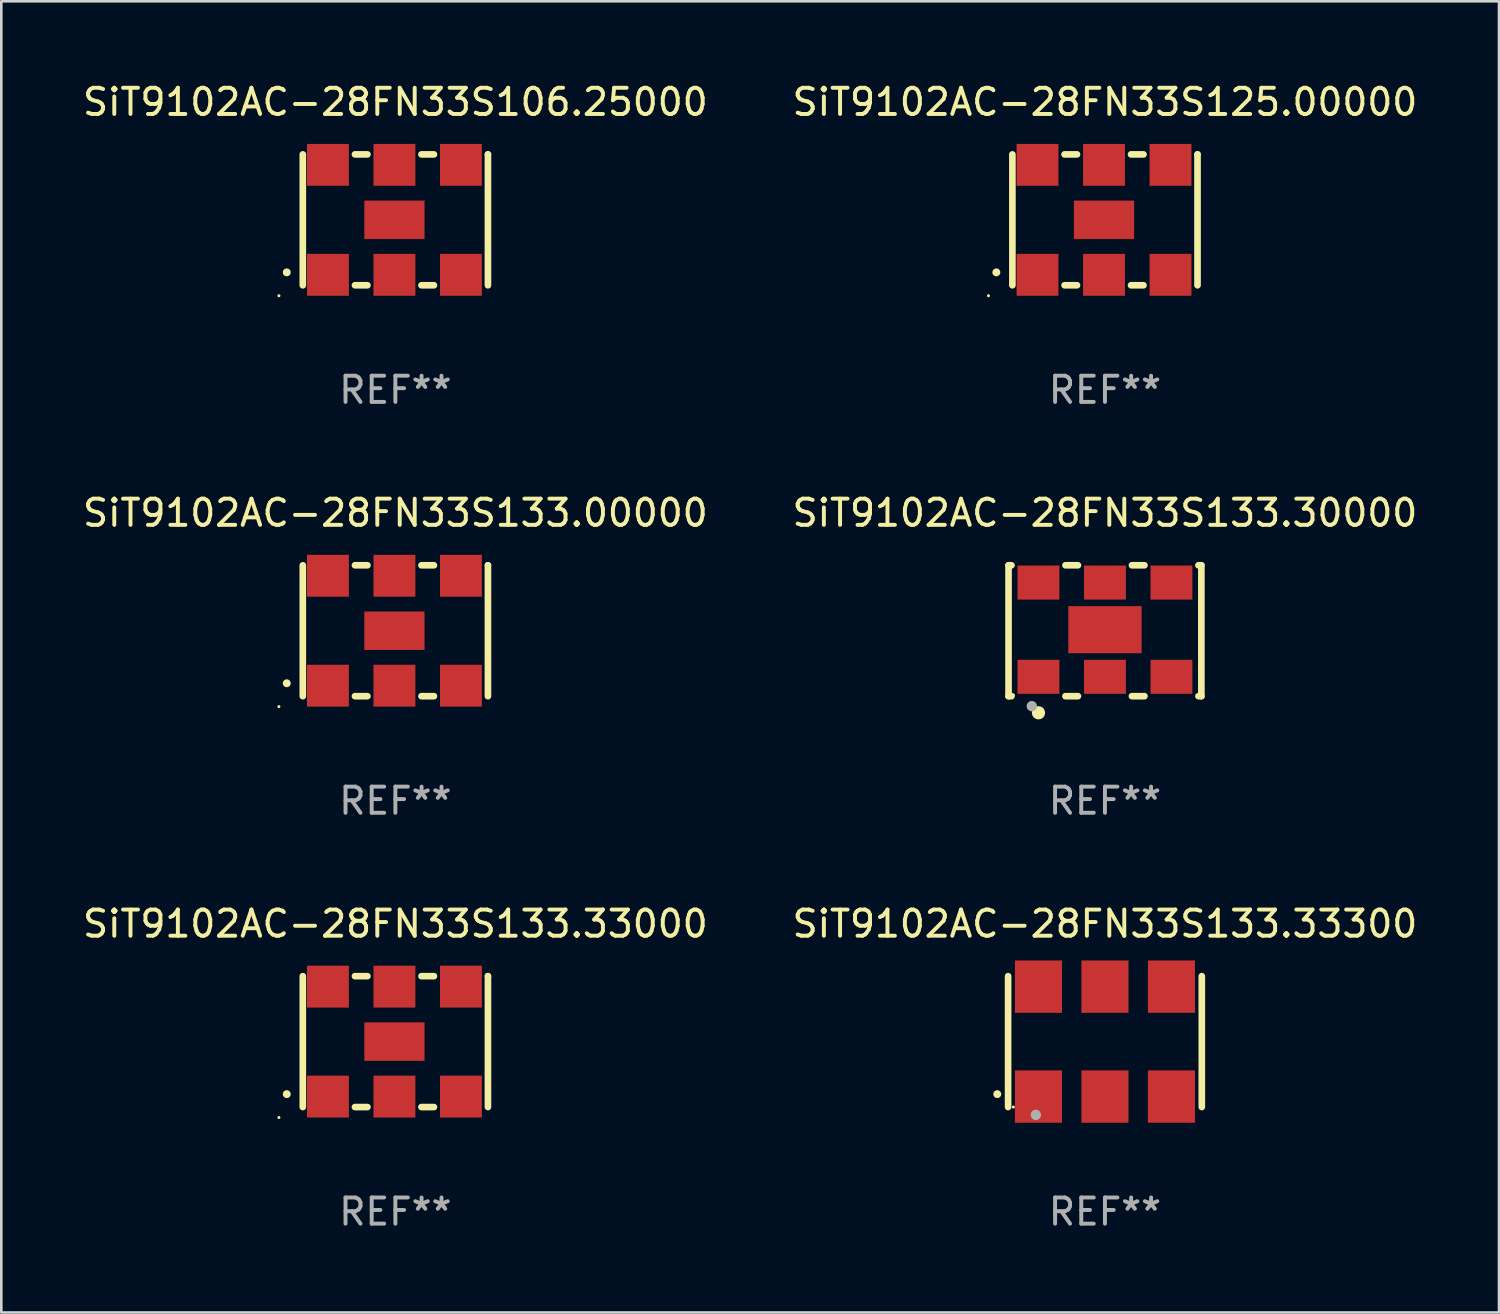
<source format=kicad_pcb>
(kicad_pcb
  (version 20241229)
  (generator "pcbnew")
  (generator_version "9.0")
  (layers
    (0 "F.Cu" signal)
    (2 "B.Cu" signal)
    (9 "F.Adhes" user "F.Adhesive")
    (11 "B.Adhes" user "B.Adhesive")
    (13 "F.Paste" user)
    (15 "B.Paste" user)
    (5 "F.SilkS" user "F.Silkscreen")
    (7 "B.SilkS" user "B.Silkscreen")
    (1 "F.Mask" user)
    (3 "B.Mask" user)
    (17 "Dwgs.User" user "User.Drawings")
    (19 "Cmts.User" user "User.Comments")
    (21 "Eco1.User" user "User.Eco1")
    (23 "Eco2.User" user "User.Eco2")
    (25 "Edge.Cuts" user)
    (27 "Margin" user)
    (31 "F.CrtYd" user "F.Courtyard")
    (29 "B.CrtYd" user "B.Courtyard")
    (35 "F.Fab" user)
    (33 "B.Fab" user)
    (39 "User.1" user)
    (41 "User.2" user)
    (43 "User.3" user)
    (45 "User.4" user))
  (footprint "SiT9102AC-28FN33S133.33300"
    (layer "F.Cu")
    (at 39.161 36.741)
    (property "Reference" "SiT9102AC-28FN33S133.33300" (at 0 -4.5 0) (layer "F.SilkS") (effects (font (size 1 1) (thickness 0.15))))
    (attr through_hole)
    (fp_line (start -3.7 -2.5) (end -3.7 2.5) (stroke (width 0.254) (type solid)) (layer "F.SilkS"))
    (fp_line (start 3.7 -2.5) (end 3.7 2.5) (stroke (width 0.254) (type solid)) (layer "F.SilkS"))
    (fp_arc (start -4.114415 2.006604) (mid -4.113145 2.006599) (end -4.111875 2.006604) (stroke (width 0.3) (type solid)) (layer "F.SilkS"))
    (fp_circle (center -3.5 2.501) (end -3.47 2.501) (stroke (width 0.06) (type solid)) (fill no) (layer "F.SilkS"))
    (fp_circle (center -2.641 2.799) (end -2.541 2.799) (stroke (width 0.2) (type solid)) (fill no) (layer "F.Fab"))
    (fp_text user "REF**" (at 0 6.5 0) (layer "F.Fab") (effects (font (size 1 1) (thickness 0.15))))
    (pad "1" smd rect (at -2.54 2.1) (size 1.8 2) (layers "F.Cu" "F.Mask" "F.Paste"))
    (pad "2" smd rect (at 0.000394 2.1) (size 1.8 2) (layers "F.Cu" "F.Mask" "F.Paste"))
    (pad "3" smd rect (at 2.54 2.1) (size 1.8 2) (layers "F.Cu" "F.Mask" "F.Paste"))
    (pad "4" smd rect (at 2.54 -2.1) (size 1.8 2) (layers "F.Cu" "F.Mask" "F.Paste"))
    (pad "5" smd rect (at 0.000394 -2.1) (size 1.8 2) (layers "F.Cu" "F.Mask" "F.Paste"))
    (pad "6" smd rect (at -2.54 -2.1) (size 1.8 2) (layers "F.Cu" "F.Mask" "F.Paste")))
  (footprint "SiT9102AC-28FN33S133.30000"
    (layer "F.Cu")
    (at 39.161 21.045)
    (property "Reference" "SiT9102AC-28FN33S133.30000" (at 0 -4.5 0) (layer "F.SilkS") (effects (font (size 1 1) (thickness 0.15))))
    (attr through_hole)
    (fp_line (start -3.683 -2.5) (end -3.571 -2.5) (stroke (width 0.254) (type solid)) (layer "F.SilkS"))
    (fp_line (start -3.683 2.5) (end -3.683 -2.5) (stroke (width 0.254) (type solid)) (layer "F.SilkS"))
    (fp_line (start -3.683 2.5) (end -3.571 2.5) (stroke (width 0.254) (type solid)) (layer "F.SilkS"))
    (fp_line (start -1.509 -2.5) (end -1.031 -2.5) (stroke (width 0.254) (type solid)) (layer "F.SilkS"))
    (fp_line (start -1.509 2.5) (end -1.031 2.5) (stroke (width 0.254) (type solid)) (layer "F.SilkS"))
    (fp_line (start 1.031 -2.5) (end 1.509 -2.5) (stroke (width 0.254) (type solid)) (layer "F.SilkS"))
    (fp_line (start 1.031 2.5) (end 1.509 2.5) (stroke (width 0.254) (type solid)) (layer "F.SilkS"))
    (fp_line (start 3.571 -2.5) (end 3.683 -2.5) (stroke (width 0.254) (type solid)) (layer "F.SilkS"))
    (fp_line (start 3.571 2.5) (end 3.683 2.5) (stroke (width 0.254) (type solid)) (layer "F.SilkS"))
    (fp_line (start 3.683 2.5) (end 3.683 -2.5) (stroke (width 0.254) (type solid)) (layer "F.SilkS"))
    (fp_circle (center -3.5 2.46) (end -3.47 2.46) (stroke (width 0.06) (type solid)) (fill no) (layer "F.SilkS"))
    (fp_circle (center -2.54 3.135) (end -2.413 3.135) (stroke (width 0.254) (type solid)) (fill no) (layer "F.SilkS"))
    (fp_circle (center -2.794 2.881) (end -2.694 2.881) (stroke (width 0.2) (type solid)) (fill no) (layer "F.Fab"))
    (fp_text user "REF**" (at 0 6.5 0) (layer "F.Fab") (effects (font (size 1 1) (thickness 0.15))))
    (pad "1" smd rect (at -2.54 1.76) (size 1.6 1.3) (layers "F.Cu" "F.Mask" "F.Paste"))
    (pad "2" smd rect (at 0 1.76) (size 1.6 1.3) (layers "F.Cu" "F.Mask" "F.Paste"))
    (pad "3" smd rect (at 2.54 1.76) (size 1.6 1.3) (layers "F.Cu" "F.Mask" "F.Paste"))
    (pad "4" smd rect (at 2.54 -1.84) (size 1.6 1.3) (layers "F.Cu" "F.Mask" "F.Paste"))
    (pad "5" smd rect (at 0 -1.84) (size 1.6 1.3) (layers "F.Cu" "F.Mask" "F.Paste"))
    (pad "6" smd rect (at -2.54 -1.84) (size 1.6 1.3) (layers "F.Cu" "F.Mask" "F.Paste"))
    (pad "7" smd rect (at 0 -0.04) (size 2.8 1.8) (layers "F.Cu" "F.Mask" "F.Paste")))
  (footprint "SiT9102AC-28FN33S125.00000"
    (layer "F.Cu")
    (at 39.161 5.348)
    (property "Reference" "SiT9102AC-28FN33S125.00000" (at 0 -4.5 0) (layer "F.SilkS") (effects (font (size 1 1) (thickness 0.15))))
    (attr through_hole)
    (fp_line (start -3.536 -2.5) (end -3.536 2.5) (stroke (width 0.254) (type solid)) (layer "F.SilkS"))
    (fp_line (start -1.544 2.5) (end -1.067 2.5) (stroke (width 0.254) (type solid)) (layer "F.SilkS"))
    (fp_line (start -1.067 -2.5) (end -1.544 -2.5) (stroke (width 0.254) (type solid)) (layer "F.SilkS"))
    (fp_line (start 0.996 2.5) (end 1.473 2.5) (stroke (width 0.254) (type solid)) (layer "F.SilkS"))
    (fp_line (start 1.473 -2.5) (end 0.996 -2.5) (stroke (width 0.254) (type solid)) (layer "F.SilkS"))
    (fp_line (start 3.536 -2.5) (end 3.536 -2.5) (stroke (width 0.254) (type solid)) (layer "F.SilkS"))
    (fp_line (start 3.536 2.5) (end 3.536 -2.5) (stroke (width 0.254) (type solid)) (layer "F.SilkS"))
    (fp_arc (start -4.150432 2.006604) (mid -4.149162 2.006599) (end -4.147892 2.006604) (stroke (width 0.3) (type solid)) (layer "F.SilkS"))
    (fp_circle (center -4.449 2.9) (end -4.419 2.9) (stroke (width 0.06) (type solid)) (fill no) (layer "F.SilkS"))
    (fp_text user "REF**" (at 0 6.5 0) (layer "F.Fab") (effects (font (size 1 1) (thickness 0.15))))
    (pad "1" smd rect (at -2.576 2.1) (size 1.6 1.6) (layers "F.Cu" "F.Mask" "F.Paste"))
    (pad "2" smd rect (at -0.036 2.1) (size 1.6 1.6) (layers "F.Cu" "F.Mask" "F.Paste"))
    (pad "3" smd rect (at 2.504 2.1) (size 1.6 1.6) (layers "F.Cu" "F.Mask" "F.Paste"))
    (pad "4" smd rect (at 2.504 -2.1) (size 1.6 1.6) (layers "F.Cu" "F.Mask" "F.Paste"))
    (pad "5" smd rect (at -0.036 -2.1) (size 1.6 1.6) (layers "F.Cu" "F.Mask" "F.Paste"))
    (pad "6" smd rect (at -2.576 -2.1) (size 1.6 1.6) (layers "F.Cu" "F.Mask" "F.Paste"))
    (pad "7" smd rect (at -0.036 0) (size 2.3 1.47) (layers "F.Cu" "F.Mask" "F.Paste")))
  (footprint "SiT9102AC-28FN33S133.00000"
    (layer "F.Cu")
    (at 12.054 21.045)
    (property "Reference" "SiT9102AC-28FN33S133.00000" (at 0 -4.5 0) (layer "F.SilkS") (effects (font (size 1 1) (thickness 0.15))))
    (attr through_hole)
    (fp_line (start -3.536 -2.5) (end -3.536 2.5) (stroke (width 0.254) (type solid)) (layer "F.SilkS"))
    (fp_line (start -1.544 2.5) (end -1.067 2.5) (stroke (width 0.254) (type solid)) (layer "F.SilkS"))
    (fp_line (start -1.067 -2.5) (end -1.544 -2.5) (stroke (width 0.254) (type solid)) (layer "F.SilkS"))
    (fp_line (start 0.996 2.5) (end 1.473 2.5) (stroke (width 0.254) (type solid)) (layer "F.SilkS"))
    (fp_line (start 1.473 -2.5) (end 0.996 -2.5) (stroke (width 0.254) (type solid)) (layer "F.SilkS"))
    (fp_line (start 3.536 -2.5) (end 3.536 -2.5) (stroke (width 0.254) (type solid)) (layer "F.SilkS"))
    (fp_line (start 3.536 2.5) (end 3.536 -2.5) (stroke (width 0.254) (type solid)) (layer "F.SilkS"))
    (fp_arc (start -4.150432 2.006604) (mid -4.149162 2.006599) (end -4.147892 2.006604) (stroke (width 0.3) (type solid)) (layer "F.SilkS"))
    (fp_circle (center -4.449 2.9) (end -4.419 2.9) (stroke (width 0.06) (type solid)) (fill no) (layer "F.SilkS"))
    (fp_text user "REF**" (at 0 6.5 0) (layer "F.Fab") (effects (font (size 1 1) (thickness 0.15))))
    (pad "1" smd rect (at -2.576 2.1) (size 1.6 1.6) (layers "F.Cu" "F.Mask" "F.Paste"))
    (pad "2" smd rect (at -0.036 2.1) (size 1.6 1.6) (layers "F.Cu" "F.Mask" "F.Paste"))
    (pad "3" smd rect (at 2.504 2.1) (size 1.6 1.6) (layers "F.Cu" "F.Mask" "F.Paste"))
    (pad "4" smd rect (at 2.504 -2.1) (size 1.6 1.6) (layers "F.Cu" "F.Mask" "F.Paste"))
    (pad "5" smd rect (at -0.036 -2.1) (size 1.6 1.6) (layers "F.Cu" "F.Mask" "F.Paste"))
    (pad "6" smd rect (at -2.576 -2.1) (size 1.6 1.6) (layers "F.Cu" "F.Mask" "F.Paste"))
    (pad "7" smd rect (at -0.036 0) (size 2.3 1.47) (layers "F.Cu" "F.Mask" "F.Paste")))
  (footprint "SiT9102AC-28FN33S106.25000"
    (layer "F.Cu")
    (at 12.054 5.348)
    (property "Reference" "SiT9102AC-28FN33S106.25000" (at 0 -4.5 0) (layer "F.SilkS") (effects (font (size 1 1) (thickness 0.15))))
    (attr through_hole)
    (fp_line (start -3.536 -2.5) (end -3.536 2.5) (stroke (width 0.254) (type solid)) (layer "F.SilkS"))
    (fp_line (start -1.544 2.5) (end -1.067 2.5) (stroke (width 0.254) (type solid)) (layer "F.SilkS"))
    (fp_line (start -1.067 -2.5) (end -1.544 -2.5) (stroke (width 0.254) (type solid)) (layer "F.SilkS"))
    (fp_line (start 0.996 2.5) (end 1.473 2.5) (stroke (width 0.254) (type solid)) (layer "F.SilkS"))
    (fp_line (start 1.473 -2.5) (end 0.996 -2.5) (stroke (width 0.254) (type solid)) (layer "F.SilkS"))
    (fp_line (start 3.536 -2.5) (end 3.536 -2.5) (stroke (width 0.254) (type solid)) (layer "F.SilkS"))
    (fp_line (start 3.536 2.5) (end 3.536 -2.5) (stroke (width 0.254) (type solid)) (layer "F.SilkS"))
    (fp_arc (start -4.150432 2.006604) (mid -4.149162 2.006599) (end -4.147892 2.006604) (stroke (width 0.3) (type solid)) (layer "F.SilkS"))
    (fp_circle (center -4.449 2.9) (end -4.419 2.9) (stroke (width 0.06) (type solid)) (fill no) (layer "F.SilkS"))
    (fp_text user "REF**" (at 0 6.5 0) (layer "F.Fab") (effects (font (size 1 1) (thickness 0.15))))
    (pad "1" smd rect (at -2.576 2.1) (size 1.6 1.6) (layers "F.Cu" "F.Mask" "F.Paste"))
    (pad "2" smd rect (at -0.036 2.1) (size 1.6 1.6) (layers "F.Cu" "F.Mask" "F.Paste"))
    (pad "3" smd rect (at 2.504 2.1) (size 1.6 1.6) (layers "F.Cu" "F.Mask" "F.Paste"))
    (pad "4" smd rect (at 2.504 -2.1) (size 1.6 1.6) (layers "F.Cu" "F.Mask" "F.Paste"))
    (pad "5" smd rect (at -0.036 -2.1) (size 1.6 1.6) (layers "F.Cu" "F.Mask" "F.Paste"))
    (pad "6" smd rect (at -2.576 -2.1) (size 1.6 1.6) (layers "F.Cu" "F.Mask" "F.Paste"))
    (pad "7" smd rect (at -0.036 0) (size 2.3 1.47) (layers "F.Cu" "F.Mask" "F.Paste")))
  (footprint "SiT9102AC-28FN33S133.33000"
    (layer "F.Cu")
    (at 12.054 36.741)
    (property "Reference" "SiT9102AC-28FN33S133.33000" (at 0 -4.5 0) (layer "F.SilkS") (effects (font (size 1 1) (thickness 0.15))))
    (attr through_hole)
    (fp_line (start -3.536 -2.5) (end -3.536 2.5) (stroke (width 0.254) (type solid)) (layer "F.SilkS"))
    (fp_line (start -1.544 2.5) (end -1.067 2.5) (stroke (width 0.254) (type solid)) (layer "F.SilkS"))
    (fp_line (start -1.067 -2.5) (end -1.544 -2.5) (stroke (width 0.254) (type solid)) (layer "F.SilkS"))
    (fp_line (start 0.996 2.5) (end 1.473 2.5) (stroke (width 0.254) (type solid)) (layer "F.SilkS"))
    (fp_line (start 1.473 -2.5) (end 0.996 -2.5) (stroke (width 0.254) (type solid)) (layer "F.SilkS"))
    (fp_line (start 3.536 -2.5) (end 3.536 -2.5) (stroke (width 0.254) (type solid)) (layer "F.SilkS"))
    (fp_line (start 3.536 2.5) (end 3.536 -2.5) (stroke (width 0.254) (type solid)) (layer "F.SilkS"))
    (fp_arc (start -4.150432 2.006604) (mid -4.149162 2.006599) (end -4.147892 2.006604) (stroke (width 0.3) (type solid)) (layer "F.SilkS"))
    (fp_circle (center -4.449 2.9) (end -4.419 2.9) (stroke (width 0.06) (type solid)) (fill no) (layer "F.SilkS"))
    (fp_text user "REF**" (at 0 6.5 0) (layer "F.Fab") (effects (font (size 1 1) (thickness 0.15))))
    (pad "1" smd rect (at -2.576 2.1) (size 1.6 1.6) (layers "F.Cu" "F.Mask" "F.Paste"))
    (pad "2" smd rect (at -0.036 2.1) (size 1.6 1.6) (layers "F.Cu" "F.Mask" "F.Paste"))
    (pad "3" smd rect (at 2.504 2.1) (size 1.6 1.6) (layers "F.Cu" "F.Mask" "F.Paste"))
    (pad "4" smd rect (at 2.504 -2.1) (size 1.6 1.6) (layers "F.Cu" "F.Mask" "F.Paste"))
    (pad "5" smd rect (at -0.036 -2.1) (size 1.6 1.6) (layers "F.Cu" "F.Mask" "F.Paste"))
    (pad "6" smd rect (at -2.576 -2.1) (size 1.6 1.6) (layers "F.Cu" "F.Mask" "F.Paste"))
    (pad "7" smd rect (at -0.036 0) (size 2.3 1.47) (layers "F.Cu" "F.Mask" "F.Paste")))
  (gr_rect
    (start -3 -3)
    (end 54.214 47.09)
    (stroke (width 0.1) (type default))
    (fill no)
    (layer "Edge.Cuts")))
</source>
